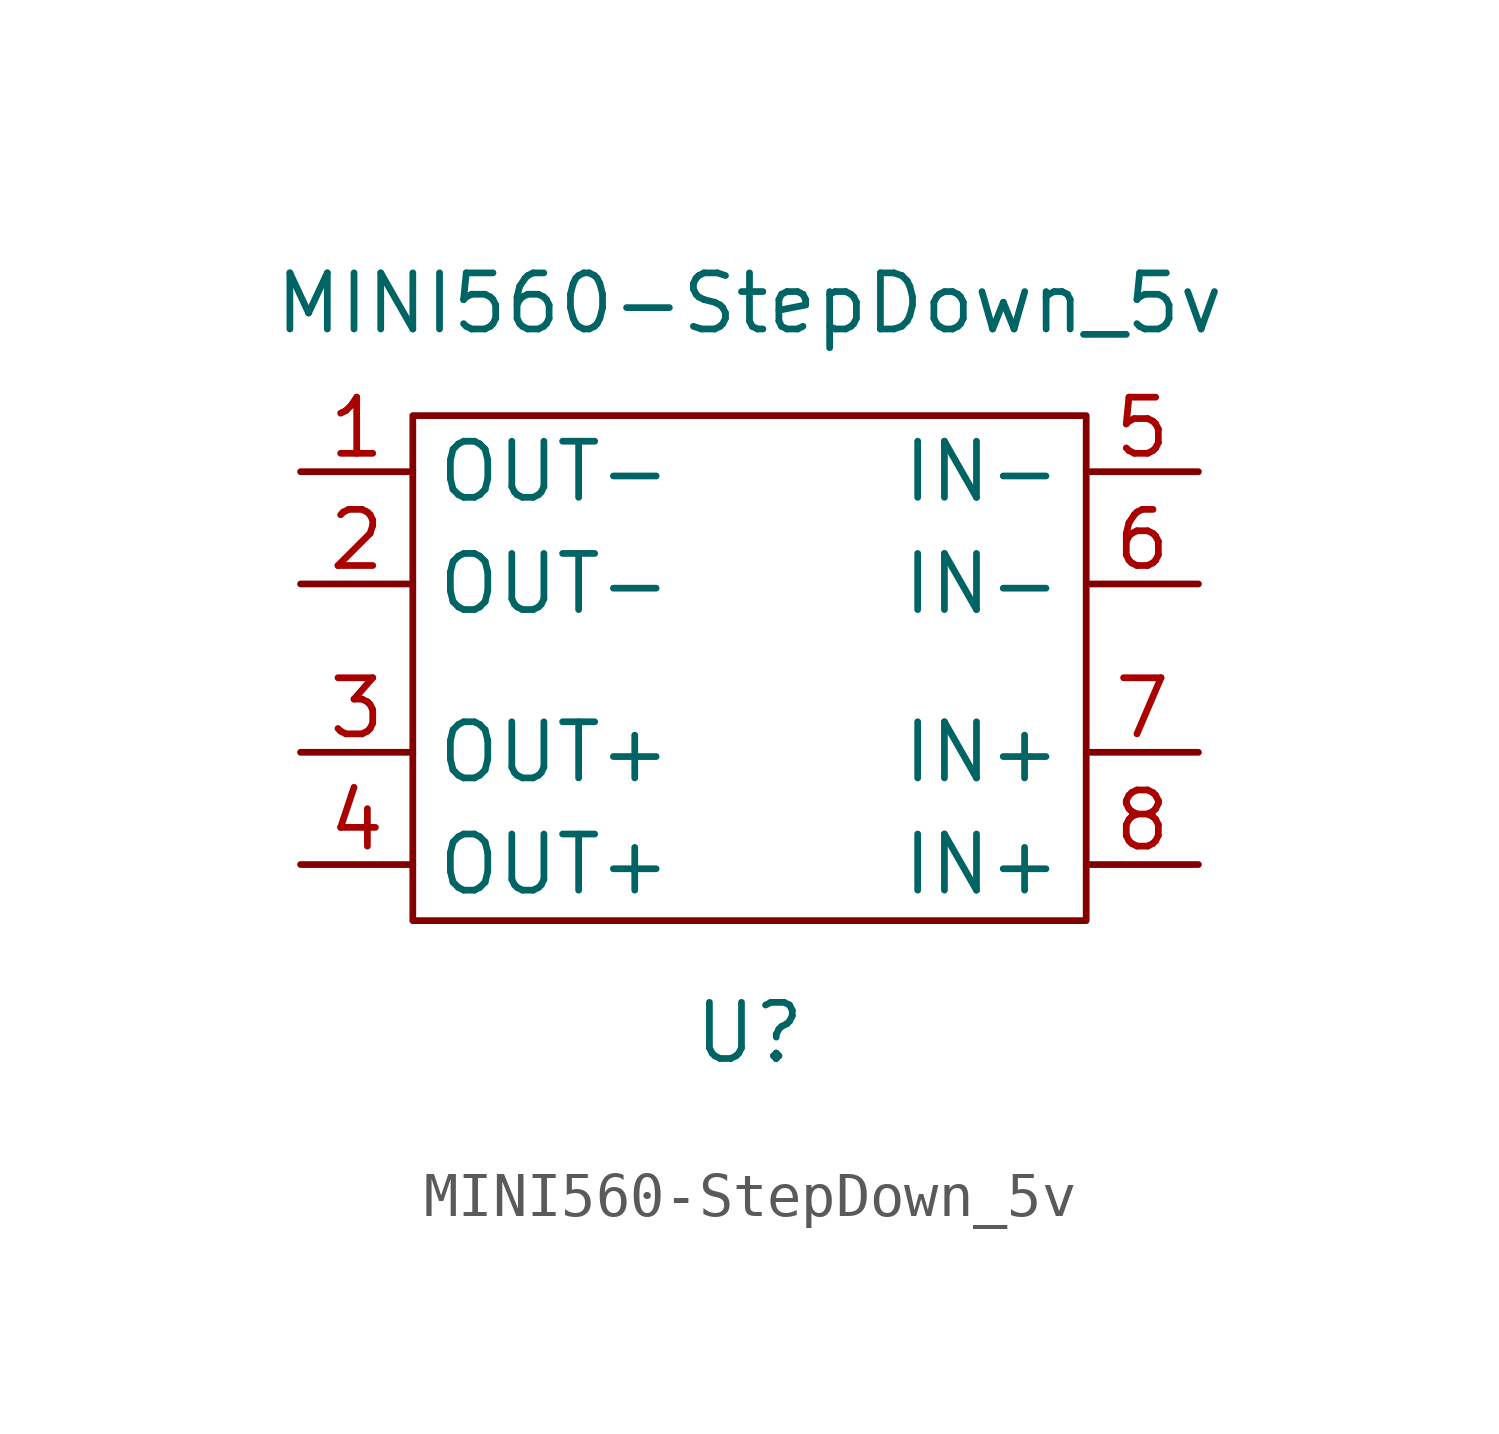
<source format=kicad_sym>
(kicad_symbol_lib
  (version 20211014)
  (generator kicad_symbol_editor)
  (symbol "MINI560-StepDown_5v"
    (property "Reference" "U"
      (at 0 -3.81 0)
      (effects (font (size 1.27 1.27))))
    (property "Value" "MINI560-StepDown_5v"
      (at 0 12.7 0)
      (effects (font (size 1.27 1.27))))
    (symbol "MINI560-StepDown_5v_0_1"
      (rectangle (start -7.62 10.16) (end 7.62 -1.27) (stroke (width 0) (type default) (color 0 0 0 0)) (fill (type none))))
    (symbol "MINI560-StepDown_5v_1_1"
      (pin output line (at -10.16 8.89 0) (length 2.54) (name "OUT-" (effects (font (size 1.27 1.27)))) (number "1" (effects (font (size 1.27 1.27)))))
      (pin output line (at -10.16 6.35 0) (length 2.54) (name "OUT-" (effects (font (size 1.27 1.27)))) (number "2" (effects (font (size 1.27 1.27)))))
      (pin output line (at -10.16 2.54 0) (length 2.54) (name "OUT+" (effects (font (size 1.27 1.27)))) (number "3" (effects (font (size 1.27 1.27)))))
      (pin output line (at -10.16 0 0) (length 2.54) (name "OUT+" (effects (font (size 1.27 1.27)))) (number "4" (effects (font (size 1.27 1.27)))))
      (pin input line (at 10.16 8.89 180) (length 2.54) (name "IN-" (effects (font (size 1.27 1.27)))) (number "5" (effects (font (size 1.27 1.27)))))
      (pin input line (at 10.16 6.35 180) (length 2.54) (name "IN-" (effects (font (size 1.27 1.27)))) (number "6" (effects (font (size 1.27 1.27)))))
      (pin input line (at 10.16 2.54 180) (length 2.54) (name "IN+" (effects (font (size 1.27 1.27)))) (number "7" (effects (font (size 1.27 1.27)))))
      (pin input line (at 10.16 0 180) (length 2.54) (name "IN+" (effects (font (size 1.27 1.27)))) (number "8" (effects (font (size 1.27 1.27))))))))
</source>
